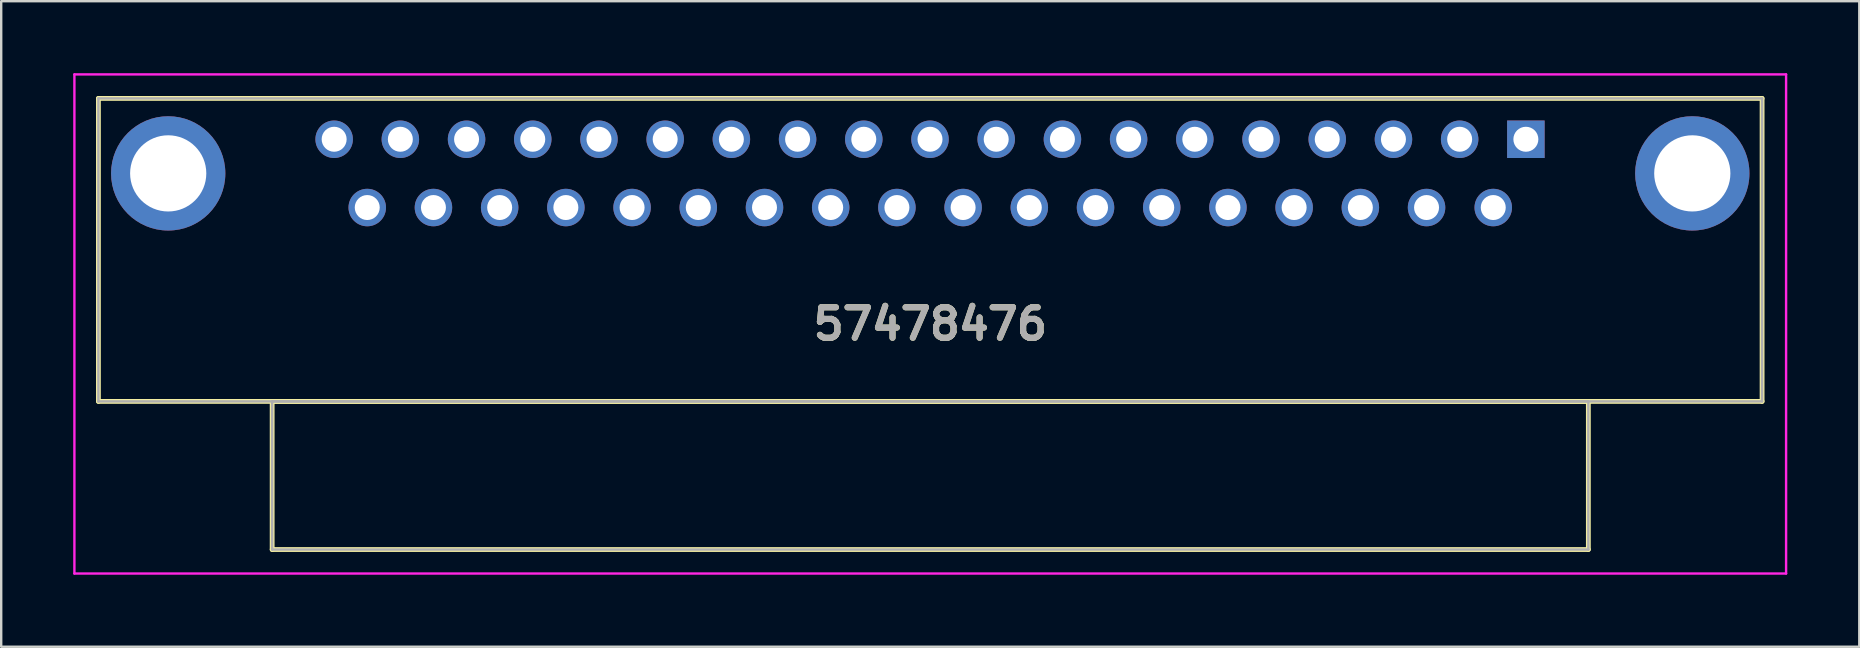
<source format=kicad_pcb>
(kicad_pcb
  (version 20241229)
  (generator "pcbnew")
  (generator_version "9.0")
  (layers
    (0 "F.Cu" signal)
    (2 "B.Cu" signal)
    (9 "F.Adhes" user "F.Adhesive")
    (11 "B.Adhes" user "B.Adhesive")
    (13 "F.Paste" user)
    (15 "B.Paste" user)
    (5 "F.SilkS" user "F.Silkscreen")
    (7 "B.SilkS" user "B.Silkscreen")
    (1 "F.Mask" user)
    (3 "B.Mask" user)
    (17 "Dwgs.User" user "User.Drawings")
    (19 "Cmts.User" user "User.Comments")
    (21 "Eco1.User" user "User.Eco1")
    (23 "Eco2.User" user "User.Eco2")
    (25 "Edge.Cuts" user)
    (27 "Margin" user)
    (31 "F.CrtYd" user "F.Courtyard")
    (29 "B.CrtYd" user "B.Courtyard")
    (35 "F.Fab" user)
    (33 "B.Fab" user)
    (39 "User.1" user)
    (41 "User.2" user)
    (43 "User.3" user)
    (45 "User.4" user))
  (footprint "57478476"
    (layer "F.Cu")
    (at 60.524 2.752)
    (property "Reference" "57478476" (at -24.816 7.696 0) (layer "F.SilkS") (effects (font (size 1.27 1.27) (thickness 0.254))))
    (attr through_hole)
    (fp_line (start -59.474 -1.702) (end -59.474 10.922) (stroke (width 0.2) (type solid)) (layer "F.SilkS"))
    (fp_line (start -59.474 10.922) (end 9.842 10.922) (stroke (width 0.2) (type solid)) (layer "F.SilkS"))
    (fp_line (start -52.235 10.922) (end -52.235 17.094) (stroke (width 0.2) (type solid)) (layer "F.SilkS"))
    (fp_line (start -52.235 17.094) (end 2.603 17.094) (stroke (width 0.2) (type solid)) (layer "F.SilkS"))
    (fp_line (start 2.603 10.922) (end -52.235 10.922) (stroke (width 0.2) (type solid)) (layer "F.SilkS"))
    (fp_line (start 2.603 17.094) (end 2.603 10.922) (stroke (width 0.2) (type solid)) (layer "F.SilkS"))
    (fp_line (start 9.842 -1.702) (end -59.474 -1.702) (stroke (width 0.2) (type solid)) (layer "F.SilkS"))
    (fp_line (start 9.842 10.922) (end 9.842 -1.702) (stroke (width 0.2) (type solid)) (layer "F.SilkS"))
    (fp_line (start -60.474 -2.702) (end 10.842 -2.702) (stroke (width 0.1) (type solid)) (layer "F.CrtYd"))
    (fp_line (start -60.474 18.094) (end -60.474 -2.702) (stroke (width 0.1) (type solid)) (layer "F.CrtYd"))
    (fp_line (start 10.842 -2.702) (end 10.842 18.094) (stroke (width 0.1) (type solid)) (layer "F.CrtYd"))
    (fp_line (start 10.842 18.094) (end -60.474 18.094) (stroke (width 0.1) (type solid)) (layer "F.CrtYd"))
    (fp_line (start -59.474 -1.702) (end -59.474 10.922) (stroke (width 0.1) (type solid)) (layer "F.Fab"))
    (fp_line (start -59.474 10.922) (end 9.842 10.922) (stroke (width 0.1) (type solid)) (layer "F.Fab"))
    (fp_line (start -52.235 10.922) (end 2.603 10.922) (stroke (width 0.1) (type solid)) (layer "F.Fab"))
    (fp_line (start -52.235 17.094) (end -52.235 10.922) (stroke (width 0.1) (type solid)) (layer "F.Fab"))
    (fp_line (start 2.603 10.922) (end 2.603 17.094) (stroke (width 0.1) (type solid)) (layer "F.Fab"))
    (fp_line (start 2.603 17.094) (end -52.235 17.094) (stroke (width 0.1) (type solid)) (layer "F.Fab"))
    (fp_line (start 9.842 -1.702) (end -59.474 -1.702) (stroke (width 0.1) (type solid)) (layer "F.Fab"))
    (fp_line (start 9.842 10.922) (end 9.842 -1.702) (stroke (width 0.1) (type solid)) (layer "F.Fab"))
    (fp_text user "${REFERENCE}" (at -24.816 7.696 0) (layer "F.Fab") (effects (font (size 1.27 1.27) (thickness 0.254))))
    (pad "1" thru_hole rect (at 0 0) (size 1.562 1.562) (drill 1.041) (layers "*.Cu" "*.Mask"))
    (pad "2" thru_hole circle (at -2.759 0) (size 1.562 1.562) (drill 1.041) (layers "*.Cu" "*.Mask"))
    (pad "3" thru_hole circle (at -5.517 0) (size 1.562 1.562) (drill 1.041) (layers "*.Cu" "*.Mask"))
    (pad "4" thru_hole circle (at -8.276 0) (size 1.562 1.562) (drill 1.041) (layers "*.Cu" "*.Mask"))
    (pad "5" thru_hole circle (at -11.034 0) (size 1.562 1.562) (drill 1.041) (layers "*.Cu" "*.Mask"))
    (pad "6" thru_hole circle (at -13.793 0) (size 1.562 1.562) (drill 1.041) (layers "*.Cu" "*.Mask"))
    (pad "7" thru_hole circle (at -16.551 0) (size 1.562 1.562) (drill 1.041) (layers "*.Cu" "*.Mask"))
    (pad "8" thru_hole circle (at -19.309 0) (size 1.562 1.562) (drill 1.041) (layers "*.Cu" "*.Mask"))
    (pad "9" thru_hole circle (at -22.068 0) (size 1.562 1.562) (drill 1.041) (layers "*.Cu" "*.Mask"))
    (pad "10" thru_hole circle (at -24.826 0) (size 1.562 1.562) (drill 1.041) (layers "*.Cu" "*.Mask"))
    (pad "11" thru_hole circle (at -27.585 0) (size 1.562 1.562) (drill 1.041) (layers "*.Cu" "*.Mask"))
    (pad "12" thru_hole circle (at -30.343 0) (size 1.562 1.562) (drill 1.041) (layers "*.Cu" "*.Mask"))
    (pad "13" thru_hole circle (at -33.102 0) (size 1.562 1.562) (drill 1.041) (layers "*.Cu" "*.Mask"))
    (pad "14" thru_hole circle (at -35.86 0) (size 1.562 1.562) (drill 1.041) (layers "*.Cu" "*.Mask"))
    (pad "15" thru_hole circle (at -38.618 0) (size 1.562 1.562) (drill 1.041) (layers "*.Cu" "*.Mask"))
    (pad "16" thru_hole circle (at -41.377 0) (size 1.562 1.562) (drill 1.041) (layers "*.Cu" "*.Mask"))
    (pad "17" thru_hole circle (at -44.135 0) (size 1.562 1.562) (drill 1.041) (layers "*.Cu" "*.Mask"))
    (pad "18" thru_hole circle (at -46.894 0) (size 1.562 1.562) (drill 1.041) (layers "*.Cu" "*.Mask"))
    (pad "19" thru_hole circle (at -49.652 0) (size 1.562 1.562) (drill 1.041) (layers "*.Cu" "*.Mask"))
    (pad "20" thru_hole circle (at -1.359 2.845) (size 1.562 1.562) (drill 1.041) (layers "*.Cu" "*.Mask"))
    (pad "21" thru_hole circle (at -4.138 2.845) (size 1.562 1.562) (drill 1.041) (layers "*.Cu" "*.Mask"))
    (pad "22" thru_hole circle (at -6.896 2.845) (size 1.562 1.562) (drill 1.041) (layers "*.Cu" "*.Mask"))
    (pad "23" thru_hole circle (at -9.655 2.845) (size 1.562 1.562) (drill 1.041) (layers "*.Cu" "*.Mask"))
    (pad "24" thru_hole circle (at -12.413 2.845) (size 1.562 1.562) (drill 1.041) (layers "*.Cu" "*.Mask"))
    (pad "25" thru_hole circle (at -15.172 2.845) (size 1.562 1.562) (drill 1.041) (layers "*.Cu" "*.Mask"))
    (pad "26" thru_hole circle (at -17.93 2.845) (size 1.562 1.562) (drill 1.041) (layers "*.Cu" "*.Mask"))
    (pad "27" thru_hole circle (at -20.689 2.845) (size 1.562 1.562) (drill 1.041) (layers "*.Cu" "*.Mask"))
    (pad "28" thru_hole circle (at -23.447 2.845) (size 1.562 1.562) (drill 1.041) (layers "*.Cu" "*.Mask"))
    (pad "29" thru_hole circle (at -26.205 2.845) (size 1.562 1.562) (drill 1.041) (layers "*.Cu" "*.Mask"))
    (pad "30" thru_hole circle (at -28.964 2.845) (size 1.562 1.562) (drill 1.041) (layers "*.Cu" "*.Mask"))
    (pad "31" thru_hole circle (at -31.722 2.845) (size 1.562 1.562) (drill 1.041) (layers "*.Cu" "*.Mask"))
    (pad "32" thru_hole circle (at -34.481 2.845) (size 1.562 1.562) (drill 1.041) (layers "*.Cu" "*.Mask"))
    (pad "33" thru_hole circle (at -37.239 2.845) (size 1.562 1.562) (drill 1.041) (layers "*.Cu" "*.Mask"))
    (pad "34" thru_hole circle (at -39.998 2.845) (size 1.562 1.562) (drill 1.041) (layers "*.Cu" "*.Mask"))
    (pad "35" thru_hole circle (at -42.756 2.845) (size 1.562 1.562) (drill 1.041) (layers "*.Cu" "*.Mask"))
    (pad "36" thru_hole circle (at -45.515 2.845) (size 1.562 1.562) (drill 1.041) (layers "*.Cu" "*.Mask"))
    (pad "37" thru_hole circle (at -48.273 2.845) (size 1.562 1.562) (drill 1.041) (layers "*.Cu" "*.Mask"))
    (pad "MH1" thru_hole circle (at 6.934 1.422) (size 4.762 4.762) (drill 3.175) (layers "*.Cu" "*.Mask"))
    (pad "MH2" thru_hole circle (at -56.566 1.422) (size 4.762 4.762) (drill 3.175) (layers "*.Cu" "*.Mask")))
  (gr_rect
    (start -3 -3)
    (end 74.416 23.896)
    (stroke (width 0.1) (type default))
    (fill no)
    (layer "Edge.Cuts")))
</source>
